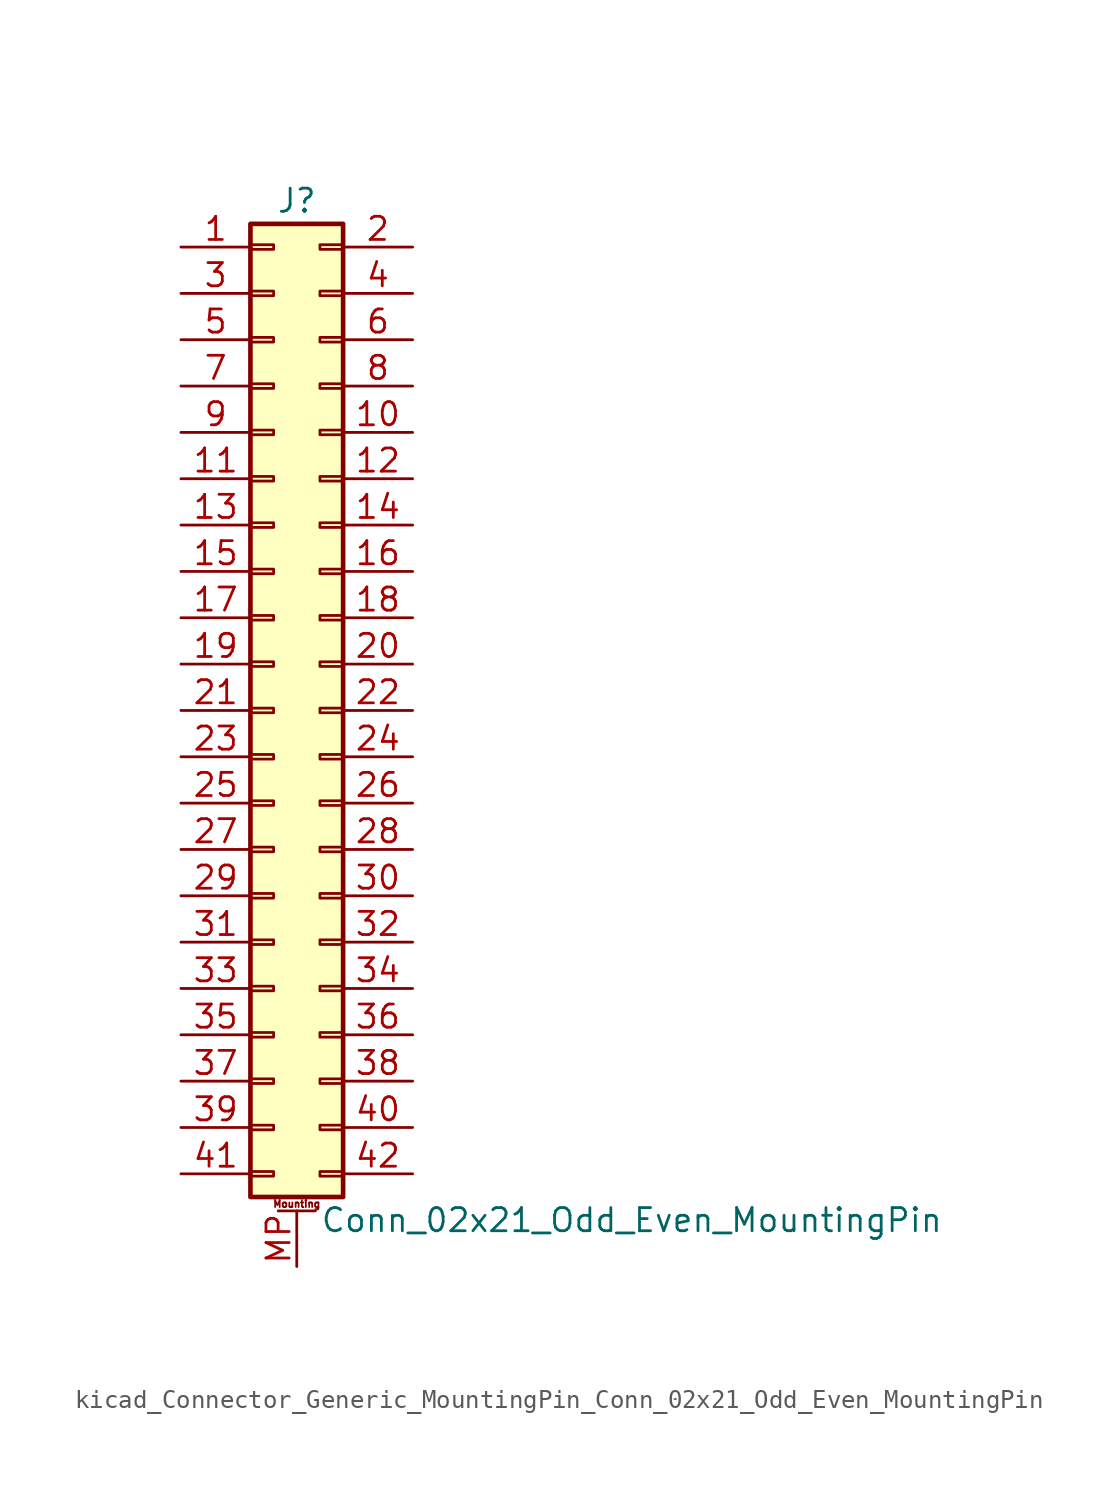
<source format=kicad_sym>
(kicad_symbol_lib
  (version 20220914)
  (generator kicad_symbol_editor)
  (symbol "kicad_Connector_Generic_MountingPin_Conn_02x21_Odd_Even_MountingPin"
    (pin_names
      (offset 1.016) hide)
    (property "Reference" "J"
      (at 1.27 27.94 0)
      (effects (font (size 1.27 1.27))))
    (property "Value" "Conn_02x21_Odd_Even_MountingPin"
      (at 2.54 -27.94 0)
      (effects (font (size 1.27 1.27)) (justify left)))
    (symbol "kicad_Connector_Generic_MountingPin_Conn_02x21_Odd_Even_MountingPin_1_1"
      (rectangle (start -1.27 -25.273) (end 0 -25.527) (stroke (width 0.152) (type default)) (fill (type none)))
      (rectangle (start -1.27 -22.733) (end 0 -22.987) (stroke (width 0.152) (type default)) (fill (type none)))
      (rectangle (start -1.27 -20.193) (end 0 -20.447) (stroke (width 0.152) (type default)) (fill (type none)))
      (rectangle (start -1.27 -17.653) (end 0 -17.907) (stroke (width 0.152) (type default)) (fill (type none)))
      (rectangle (start -1.27 -15.113) (end 0 -15.367) (stroke (width 0.152) (type default)) (fill (type none)))
      (rectangle (start -1.27 -12.573) (end 0 -12.827) (stroke (width 0.152) (type default)) (fill (type none)))
      (rectangle (start -1.27 -10.033) (end 0 -10.287) (stroke (width 0.152) (type default)) (fill (type none)))
      (rectangle (start -1.27 -7.493) (end 0 -7.747) (stroke (width 0.152) (type default)) (fill (type none)))
      (rectangle (start -1.27 -4.953) (end 0 -5.207) (stroke (width 0.152) (type default)) (fill (type none)))
      (rectangle (start -1.27 -2.413) (end 0 -2.667) (stroke (width 0.152) (type default)) (fill (type none)))
      (rectangle (start -1.27 0.127) (end 0 -0.127) (stroke (width 0.152) (type default)) (fill (type none)))
      (rectangle (start -1.27 2.667) (end 0 2.413) (stroke (width 0.152) (type default)) (fill (type none)))
      (rectangle (start -1.27 5.207) (end 0 4.953) (stroke (width 0.152) (type default)) (fill (type none)))
      (rectangle (start -1.27 7.747) (end 0 7.493) (stroke (width 0.152) (type default)) (fill (type none)))
      (rectangle (start -1.27 10.287) (end 0 10.033) (stroke (width 0.152) (type default)) (fill (type none)))
      (rectangle (start -1.27 12.827) (end 0 12.573) (stroke (width 0.152) (type default)) (fill (type none)))
      (rectangle (start -1.27 15.367) (end 0 15.113) (stroke (width 0.152) (type default)) (fill (type none)))
      (rectangle (start -1.27 17.907) (end 0 17.653) (stroke (width 0.152) (type default)) (fill (type none)))
      (rectangle (start -1.27 20.447) (end 0 20.193) (stroke (width 0.152) (type default)) (fill (type none)))
      (rectangle (start -1.27 22.987) (end 0 22.733) (stroke (width 0.152) (type default)) (fill (type none)))
      (rectangle (start -1.27 25.527) (end 0 25.273) (stroke (width 0.152) (type default)) (fill (type none)))
      (rectangle (start -1.27 26.67) (end 3.81 -26.67) (stroke (width 0.254) (type default)) (fill (type background)))
      (polyline (pts (xy 0.254 -27.432) (xy 2.286 -27.432)) (stroke (width 0.152) (type default)) (fill (type none)))
      (rectangle (start 3.81 -25.273) (end 2.54 -25.527) (stroke (width 0.152) (type default)) (fill (type none)))
      (rectangle (start 3.81 -22.733) (end 2.54 -22.987) (stroke (width 0.152) (type default)) (fill (type none)))
      (rectangle (start 3.81 -20.193) (end 2.54 -20.447) (stroke (width 0.152) (type default)) (fill (type none)))
      (rectangle (start 3.81 -17.653) (end 2.54 -17.907) (stroke (width 0.152) (type default)) (fill (type none)))
      (rectangle (start 3.81 -15.113) (end 2.54 -15.367) (stroke (width 0.152) (type default)) (fill (type none)))
      (rectangle (start 3.81 -12.573) (end 2.54 -12.827) (stroke (width 0.152) (type default)) (fill (type none)))
      (rectangle (start 3.81 -10.033) (end 2.54 -10.287) (stroke (width 0.152) (type default)) (fill (type none)))
      (rectangle (start 3.81 -7.493) (end 2.54 -7.747) (stroke (width 0.152) (type default)) (fill (type none)))
      (rectangle (start 3.81 -4.953) (end 2.54 -5.207) (stroke (width 0.152) (type default)) (fill (type none)))
      (rectangle (start 3.81 -2.413) (end 2.54 -2.667) (stroke (width 0.152) (type default)) (fill (type none)))
      (rectangle (start 3.81 0.127) (end 2.54 -0.127) (stroke (width 0.152) (type default)) (fill (type none)))
      (rectangle (start 3.81 2.667) (end 2.54 2.413) (stroke (width 0.152) (type default)) (fill (type none)))
      (rectangle (start 3.81 5.207) (end 2.54 4.953) (stroke (width 0.152) (type default)) (fill (type none)))
      (rectangle (start 3.81 7.747) (end 2.54 7.493) (stroke (width 0.152) (type default)) (fill (type none)))
      (rectangle (start 3.81 10.287) (end 2.54 10.033) (stroke (width 0.152) (type default)) (fill (type none)))
      (rectangle (start 3.81 12.827) (end 2.54 12.573) (stroke (width 0.152) (type default)) (fill (type none)))
      (rectangle (start 3.81 15.367) (end 2.54 15.113) (stroke (width 0.152) (type default)) (fill (type none)))
      (rectangle (start 3.81 17.907) (end 2.54 17.653) (stroke (width 0.152) (type default)) (fill (type none)))
      (rectangle (start 3.81 20.447) (end 2.54 20.193) (stroke (width 0.152) (type default)) (fill (type none)))
      (rectangle (start 3.81 22.987) (end 2.54 22.733) (stroke (width 0.152) (type default)) (fill (type none)))
      (rectangle (start 3.81 25.527) (end 2.54 25.273) (stroke (width 0.152) (type default)) (fill (type none)))
      (text "Mounting" (at 1.27 -27.051 0) (effects (font (size 0.381 0.381))))
      (pin passive line (at -5.08 25.4 0) (length 3.81) (name "Pin_1" (effects (font (size 1.27 1.27)))) (number "1" (effects (font (size 1.27 1.27)))))
      (pin passive line (at 7.62 15.24 180) (length 3.81) (name "Pin_10" (effects (font (size 1.27 1.27)))) (number "10" (effects (font (size 1.27 1.27)))))
      (pin passive line (at -5.08 12.7 0) (length 3.81) (name "Pin_11" (effects (font (size 1.27 1.27)))) (number "11" (effects (font (size 1.27 1.27)))))
      (pin passive line (at 7.62 12.7 180) (length 3.81) (name "Pin_12" (effects (font (size 1.27 1.27)))) (number "12" (effects (font (size 1.27 1.27)))))
      (pin passive line (at -5.08 10.16 0) (length 3.81) (name "Pin_13" (effects (font (size 1.27 1.27)))) (number "13" (effects (font (size 1.27 1.27)))))
      (pin passive line (at 7.62 10.16 180) (length 3.81) (name "Pin_14" (effects (font (size 1.27 1.27)))) (number "14" (effects (font (size 1.27 1.27)))))
      (pin passive line (at -5.08 7.62 0) (length 3.81) (name "Pin_15" (effects (font (size 1.27 1.27)))) (number "15" (effects (font (size 1.27 1.27)))))
      (pin passive line (at 7.62 7.62 180) (length 3.81) (name "Pin_16" (effects (font (size 1.27 1.27)))) (number "16" (effects (font (size 1.27 1.27)))))
      (pin passive line (at -5.08 5.08 0) (length 3.81) (name "Pin_17" (effects (font (size 1.27 1.27)))) (number "17" (effects (font (size 1.27 1.27)))))
      (pin passive line (at 7.62 5.08 180) (length 3.81) (name "Pin_18" (effects (font (size 1.27 1.27)))) (number "18" (effects (font (size 1.27 1.27)))))
      (pin passive line (at -5.08 2.54 0) (length 3.81) (name "Pin_19" (effects (font (size 1.27 1.27)))) (number "19" (effects (font (size 1.27 1.27)))))
      (pin passive line (at 7.62 25.4 180) (length 3.81) (name "Pin_2" (effects (font (size 1.27 1.27)))) (number "2" (effects (font (size 1.27 1.27)))))
      (pin passive line (at 7.62 2.54 180) (length 3.81) (name "Pin_20" (effects (font (size 1.27 1.27)))) (number "20" (effects (font (size 1.27 1.27)))))
      (pin passive line (at -5.08 0 0) (length 3.81) (name "Pin_21" (effects (font (size 1.27 1.27)))) (number "21" (effects (font (size 1.27 1.27)))))
      (pin passive line (at 7.62 0 180) (length 3.81) (name "Pin_22" (effects (font (size 1.27 1.27)))) (number "22" (effects (font (size 1.27 1.27)))))
      (pin passive line (at -5.08 -2.54 0) (length 3.81) (name "Pin_23" (effects (font (size 1.27 1.27)))) (number "23" (effects (font (size 1.27 1.27)))))
      (pin passive line (at 7.62 -2.54 180) (length 3.81) (name "Pin_24" (effects (font (size 1.27 1.27)))) (number "24" (effects (font (size 1.27 1.27)))))
      (pin passive line (at -5.08 -5.08 0) (length 3.81) (name "Pin_25" (effects (font (size 1.27 1.27)))) (number "25" (effects (font (size 1.27 1.27)))))
      (pin passive line (at 7.62 -5.08 180) (length 3.81) (name "Pin_26" (effects (font (size 1.27 1.27)))) (number "26" (effects (font (size 1.27 1.27)))))
      (pin passive line (at -5.08 -7.62 0) (length 3.81) (name "Pin_27" (effects (font (size 1.27 1.27)))) (number "27" (effects (font (size 1.27 1.27)))))
      (pin passive line (at 7.62 -7.62 180) (length 3.81) (name "Pin_28" (effects (font (size 1.27 1.27)))) (number "28" (effects (font (size 1.27 1.27)))))
      (pin passive line (at -5.08 -10.16 0) (length 3.81) (name "Pin_29" (effects (font (size 1.27 1.27)))) (number "29" (effects (font (size 1.27 1.27)))))
      (pin passive line (at -5.08 22.86 0) (length 3.81) (name "Pin_3" (effects (font (size 1.27 1.27)))) (number "3" (effects (font (size 1.27 1.27)))))
      (pin passive line (at 7.62 -10.16 180) (length 3.81) (name "Pin_30" (effects (font (size 1.27 1.27)))) (number "30" (effects (font (size 1.27 1.27)))))
      (pin passive line (at -5.08 -12.7 0) (length 3.81) (name "Pin_31" (effects (font (size 1.27 1.27)))) (number "31" (effects (font (size 1.27 1.27)))))
      (pin passive line (at 7.62 -12.7 180) (length 3.81) (name "Pin_32" (effects (font (size 1.27 1.27)))) (number "32" (effects (font (size 1.27 1.27)))))
      (pin passive line (at -5.08 -15.24 0) (length 3.81) (name "Pin_33" (effects (font (size 1.27 1.27)))) (number "33" (effects (font (size 1.27 1.27)))))
      (pin passive line (at 7.62 -15.24 180) (length 3.81) (name "Pin_34" (effects (font (size 1.27 1.27)))) (number "34" (effects (font (size 1.27 1.27)))))
      (pin passive line (at -5.08 -17.78 0) (length 3.81) (name "Pin_35" (effects (font (size 1.27 1.27)))) (number "35" (effects (font (size 1.27 1.27)))))
      (pin passive line (at 7.62 -17.78 180) (length 3.81) (name "Pin_36" (effects (font (size 1.27 1.27)))) (number "36" (effects (font (size 1.27 1.27)))))
      (pin passive line (at -5.08 -20.32 0) (length 3.81) (name "Pin_37" (effects (font (size 1.27 1.27)))) (number "37" (effects (font (size 1.27 1.27)))))
      (pin passive line (at 7.62 -20.32 180) (length 3.81) (name "Pin_38" (effects (font (size 1.27 1.27)))) (number "38" (effects (font (size 1.27 1.27)))))
      (pin passive line (at -5.08 -22.86 0) (length 3.81) (name "Pin_39" (effects (font (size 1.27 1.27)))) (number "39" (effects (font (size 1.27 1.27)))))
      (pin passive line (at 7.62 22.86 180) (length 3.81) (name "Pin_4" (effects (font (size 1.27 1.27)))) (number "4" (effects (font (size 1.27 1.27)))))
      (pin passive line (at 7.62 -22.86 180) (length 3.81) (name "Pin_40" (effects (font (size 1.27 1.27)))) (number "40" (effects (font (size 1.27 1.27)))))
      (pin passive line (at -5.08 -25.4 0) (length 3.81) (name "Pin_41" (effects (font (size 1.27 1.27)))) (number "41" (effects (font (size 1.27 1.27)))))
      (pin passive line (at 7.62 -25.4 180) (length 3.81) (name "Pin_42" (effects (font (size 1.27 1.27)))) (number "42" (effects (font (size 1.27 1.27)))))
      (pin passive line (at -5.08 20.32 0) (length 3.81) (name "Pin_5" (effects (font (size 1.27 1.27)))) (number "5" (effects (font (size 1.27 1.27)))))
      (pin passive line (at 7.62 20.32 180) (length 3.81) (name "Pin_6" (effects (font (size 1.27 1.27)))) (number "6" (effects (font (size 1.27 1.27)))))
      (pin passive line (at -5.08 17.78 0) (length 3.81) (name "Pin_7" (effects (font (size 1.27 1.27)))) (number "7" (effects (font (size 1.27 1.27)))))
      (pin passive line (at 7.62 17.78 180) (length 3.81) (name "Pin_8" (effects (font (size 1.27 1.27)))) (number "8" (effects (font (size 1.27 1.27)))))
      (pin passive line (at -5.08 15.24 0) (length 3.81) (name "Pin_9" (effects (font (size 1.27 1.27)))) (number "9" (effects (font (size 1.27 1.27)))))
      (pin passive line (at 1.27 -30.48 90) (length 3.048) (name "MountPin" (effects (font (size 1.27 1.27)))) (number "MP" (effects (font (size 1.27 1.27))))))))
</source>
